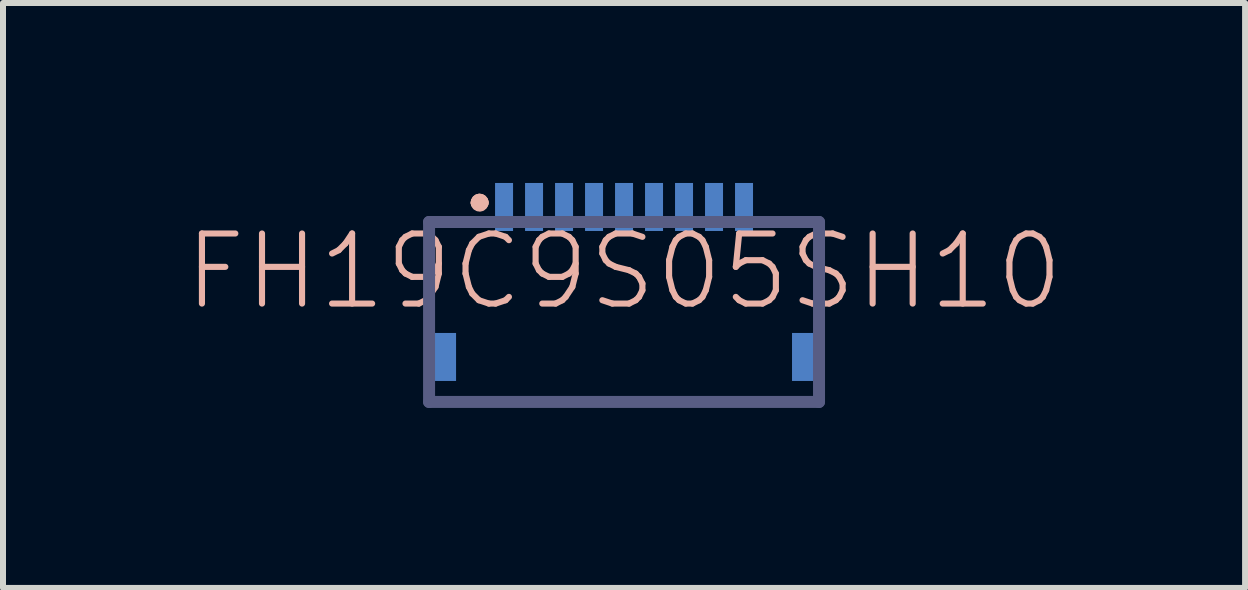
<source format=kicad_pcb>
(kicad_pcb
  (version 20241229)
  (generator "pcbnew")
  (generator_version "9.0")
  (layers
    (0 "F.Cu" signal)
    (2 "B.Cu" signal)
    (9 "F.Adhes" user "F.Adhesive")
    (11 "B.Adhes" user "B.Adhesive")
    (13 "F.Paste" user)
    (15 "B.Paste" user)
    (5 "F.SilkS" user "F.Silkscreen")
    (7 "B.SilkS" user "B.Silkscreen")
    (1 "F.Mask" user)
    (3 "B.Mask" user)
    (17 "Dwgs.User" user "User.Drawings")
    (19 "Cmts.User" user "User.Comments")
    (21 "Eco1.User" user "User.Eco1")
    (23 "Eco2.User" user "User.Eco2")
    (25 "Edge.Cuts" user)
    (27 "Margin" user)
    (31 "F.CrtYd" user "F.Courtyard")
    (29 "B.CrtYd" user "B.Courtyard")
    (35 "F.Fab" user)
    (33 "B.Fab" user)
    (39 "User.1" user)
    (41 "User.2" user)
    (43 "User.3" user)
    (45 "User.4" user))
  (footprint "FH19C9S05SH10"
    (layer "F.Cu")
    (at 7.352 2.9)
    (property "Reference" "FH19C9S05SH10" (at 0 -1.425 0) (layer "B.SilkS") (effects (font (size 1.168 1.168) (thickness 0.102))))
    (fp_line (start -3.25 -2.25) (end -3.25 -0.75) (stroke (width 0.1) (type solid)) (layer "B.SilkS"))
    (fp_line (start -3.25 0.75) (end 3.25 0.75) (stroke (width 0.1) (type solid)) (layer "B.SilkS"))
    (fp_line (start -2.75 -2.25) (end -3.25 -2.25) (stroke (width 0.1) (type solid)) (layer "B.SilkS"))
    (fp_line (start 2.75 -2.25) (end 3.25 -2.25) (stroke (width 0.1) (type solid)) (layer "B.SilkS"))
    (fp_line (start 3.25 -2.25) (end 3.25 -0.75) (stroke (width 0.1) (type solid)) (layer "B.SilkS"))
    (fp_arc (start -2.457 -2.572) (mid -2.407 -2.622) (end -2.357 -2.572) (stroke (width 0.2) (type solid)) (layer "B.SilkS"))
    (fp_arc (start -2.457 -2.572) (mid -2.407 -2.622) (end -2.357 -2.572) (stroke (width 0.2) (type solid)) (layer "B.SilkS"))
    (fp_arc (start -2.357 -2.572) (mid -2.407 -2.522) (end -2.457 -2.572) (stroke (width 0.2) (type solid)) (layer "B.SilkS"))
    (fp_line (start -3.25 -2.25) (end 3.25 -2.25) (stroke (width 0.2) (type solid)) (layer "B.Fab"))
    (fp_line (start -3.25 0.75) (end -3.25 -2.25) (stroke (width 0.2) (type solid)) (layer "B.Fab"))
    (fp_line (start 3.25 -2.25) (end 3.25 0.75) (stroke (width 0.2) (type solid)) (layer "B.Fab"))
    (fp_line (start 3.25 0.75) (end -3.25 0.75) (stroke (width 0.2) (type solid)) (layer "B.Fab"))
    (pad "1" smd rect (at -2 -2.5 90) (size 0.8 0.3) (layers "B.Cu" "B.Mask" "B.Paste"))
    (pad "2" smd rect (at -1.5 -2.5 90) (size 0.8 0.3) (layers "B.Cu" "B.Mask" "B.Paste"))
    (pad "3" smd rect (at -1 -2.5 90) (size 0.8 0.3) (layers "B.Cu" "B.Mask" "B.Paste"))
    (pad "4" smd rect (at -0.5 -2.5 90) (size 0.8 0.3) (layers "B.Cu" "B.Mask" "B.Paste"))
    (pad "5" smd rect (at 0 -2.5 90) (size 0.8 0.3) (layers "B.Cu" "B.Mask" "B.Paste"))
    (pad "6" smd rect (at 0.5 -2.5 90) (size 0.8 0.3) (layers "B.Cu" "B.Mask" "B.Paste"))
    (pad "7" smd rect (at 1 -2.5 90) (size 0.8 0.3) (layers "B.Cu" "B.Mask" "B.Paste"))
    (pad "8" smd rect (at 1.5 -2.5 90) (size 0.8 0.3) (layers "B.Cu" "B.Mask" "B.Paste"))
    (pad "9" smd rect (at 2 -2.5 90) (size 0.8 0.3) (layers "B.Cu" "B.Mask" "B.Paste"))
    (pad "MP1" smd rect (at -3 0 90) (size 0.8 0.4) (layers "B.Cu" "B.Mask" "B.Paste"))
    (pad "MP2" smd rect (at 3 0 90) (size 0.8 0.4) (layers "B.Cu" "B.Mask" "B.Paste")))
  (gr_rect
    (start -3 -3)
    (end 17.704 6.75)
    (stroke (width 0.1) (type default))
    (fill no)
    (layer "Edge.Cuts")))
</source>
